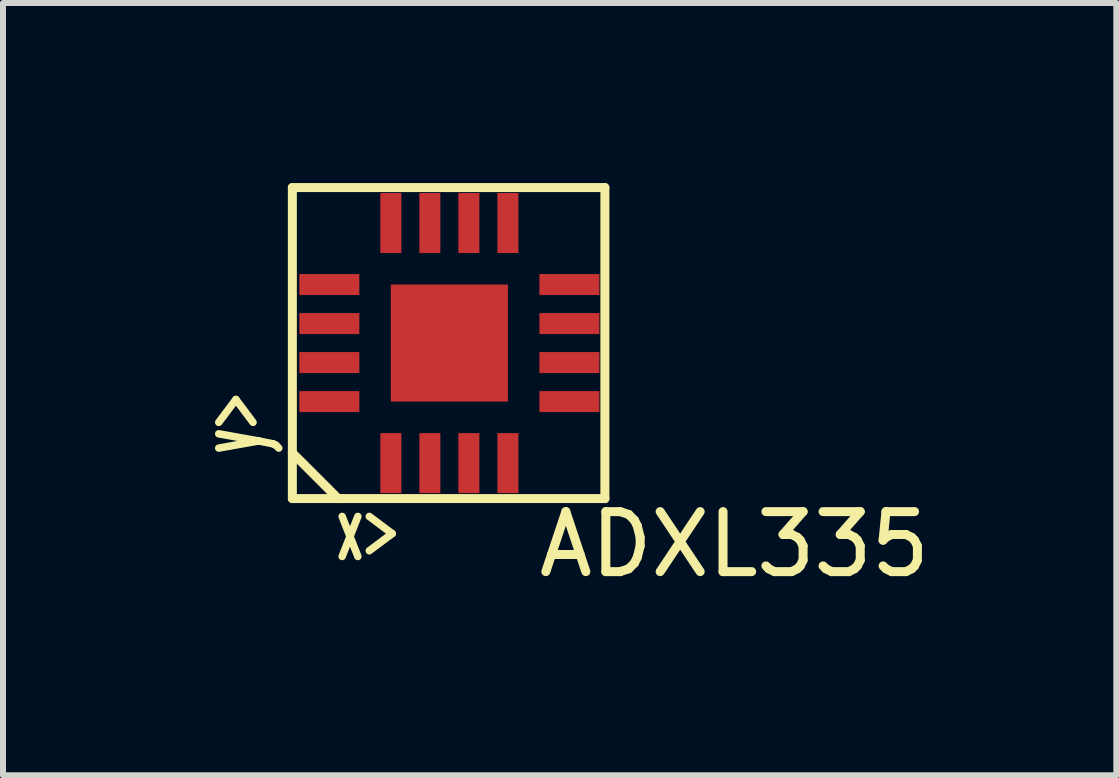
<source format=kicad_pcb>
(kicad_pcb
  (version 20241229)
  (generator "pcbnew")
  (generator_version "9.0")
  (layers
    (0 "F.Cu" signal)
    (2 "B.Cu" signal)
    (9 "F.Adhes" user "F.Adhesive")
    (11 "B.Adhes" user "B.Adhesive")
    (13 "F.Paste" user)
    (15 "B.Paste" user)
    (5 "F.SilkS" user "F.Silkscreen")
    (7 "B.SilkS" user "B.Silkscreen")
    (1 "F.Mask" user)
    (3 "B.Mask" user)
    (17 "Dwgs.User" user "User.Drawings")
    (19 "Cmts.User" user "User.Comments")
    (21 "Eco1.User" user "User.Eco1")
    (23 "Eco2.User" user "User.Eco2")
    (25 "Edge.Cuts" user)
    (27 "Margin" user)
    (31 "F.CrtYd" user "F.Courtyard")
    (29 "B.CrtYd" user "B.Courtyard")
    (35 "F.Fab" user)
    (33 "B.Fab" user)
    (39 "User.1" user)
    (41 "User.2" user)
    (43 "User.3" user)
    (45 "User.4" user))
  (footprint "ADXL335"
    (layer "F.Cu")
    (at 4.437 2.666)
    (property "Reference" "ADXL335" (at 4.75 3.353 0) (layer "F.SilkS") (effects (font (size 1 1) (thickness 0.15))))
    (attr through_hole)
    (fp_line (start -2.616 -2.591) (end 2.591 -2.591) (stroke (width 0.15) (type solid)) (layer "F.SilkS"))
    (fp_line (start -2.616 2.591) (end -2.616 -2.591) (stroke (width 0.15) (type solid)) (layer "F.SilkS"))
    (fp_line (start -1.854 2.591) (end -2.616 1.829) (stroke (width 0.15) (type solid)) (layer "F.SilkS"))
    (fp_line (start 2.591 -2.591) (end 2.591 2.591) (stroke (width 0.15) (type solid)) (layer "F.SilkS"))
    (fp_line (start 2.591 2.591) (end -2.616 2.591) (stroke (width 0.15) (type solid)) (layer "F.SilkS"))
    (fp_text user "y>" (at -3.632 1.321 90) (layer "F.SilkS") (effects (font (size 1 0.5) (thickness 0.125))))
    (fp_text user "x>" (at -1.346 3.099 0) (layer "F.SilkS") (effects (font (size 1 0.5) (thickness 0.125))))
    (pad "" smd rect (at -2 0.975 90) (size 0.35 1) (layers "F.Cu" "F.Mask" "F.Paste"))
    (pad "" smd rect (at -0.975 2) (size 0.35 1) (layers "F.Cu" "F.Mask" "F.Paste"))
    (pad "" smd rect (at 0 0) (size 1.95 1.95) (layers "F.Cu" "F.Mask" "F.Paste"))
    (pad "2" smd rect (at -0.325 2) (size 0.35 1) (layers "F.Cu" "F.Mask" "F.Paste"))
    (pad "3" smd rect (at 0.325 2) (size 0.35 1) (layers "F.Cu" "F.Mask" "F.Paste"))
    (pad "4" smd rect (at 0.975 2) (size 0.35 1) (layers "F.Cu" "F.Mask" "F.Paste"))
    (pad "5" smd rect (at 2 0.975 90) (size 0.35 1) (layers "F.Cu" "F.Mask" "F.Paste"))
    (pad "6" smd rect (at 2 0.325 90) (size 0.35 1) (layers "F.Cu" "F.Mask" "F.Paste"))
    (pad "7" smd rect (at 2 -0.325 90) (size 0.35 1) (layers "F.Cu" "F.Mask" "F.Paste"))
    (pad "8" smd rect (at 2 -0.975 90) (size 0.35 1) (layers "F.Cu" "F.Mask" "F.Paste"))
    (pad "9" smd rect (at 0.975 -2) (size 0.35 1) (layers "F.Cu" "F.Mask" "F.Paste"))
    (pad "10" smd rect (at 0.325 -2) (size 0.35 1) (layers "F.Cu" "F.Mask" "F.Paste"))
    (pad "11" smd rect (at -0.325 -2) (size 0.35 1) (layers "F.Cu" "F.Mask" "F.Paste"))
    (pad "12" smd rect (at -0.975 -2) (size 0.35 1) (layers "F.Cu" "F.Mask" "F.Paste"))
    (pad "13" smd rect (at -2 -0.975 90) (size 0.35 1) (layers "F.Cu" "F.Mask" "F.Paste"))
    (pad "14" smd rect (at -2 -0.325 90) (size 0.35 1) (layers "F.Cu" "F.Mask" "F.Paste"))
    (pad "15" smd rect (at -2 0.325 90) (size 0.35 1) (layers "F.Cu" "F.Mask" "F.Paste")))
  (gr_rect
    (start -3 -3)
    (end 15.549 9.867)
    (stroke (width 0.1) (type default))
    (fill no)
    (layer "Edge.Cuts")))
</source>
